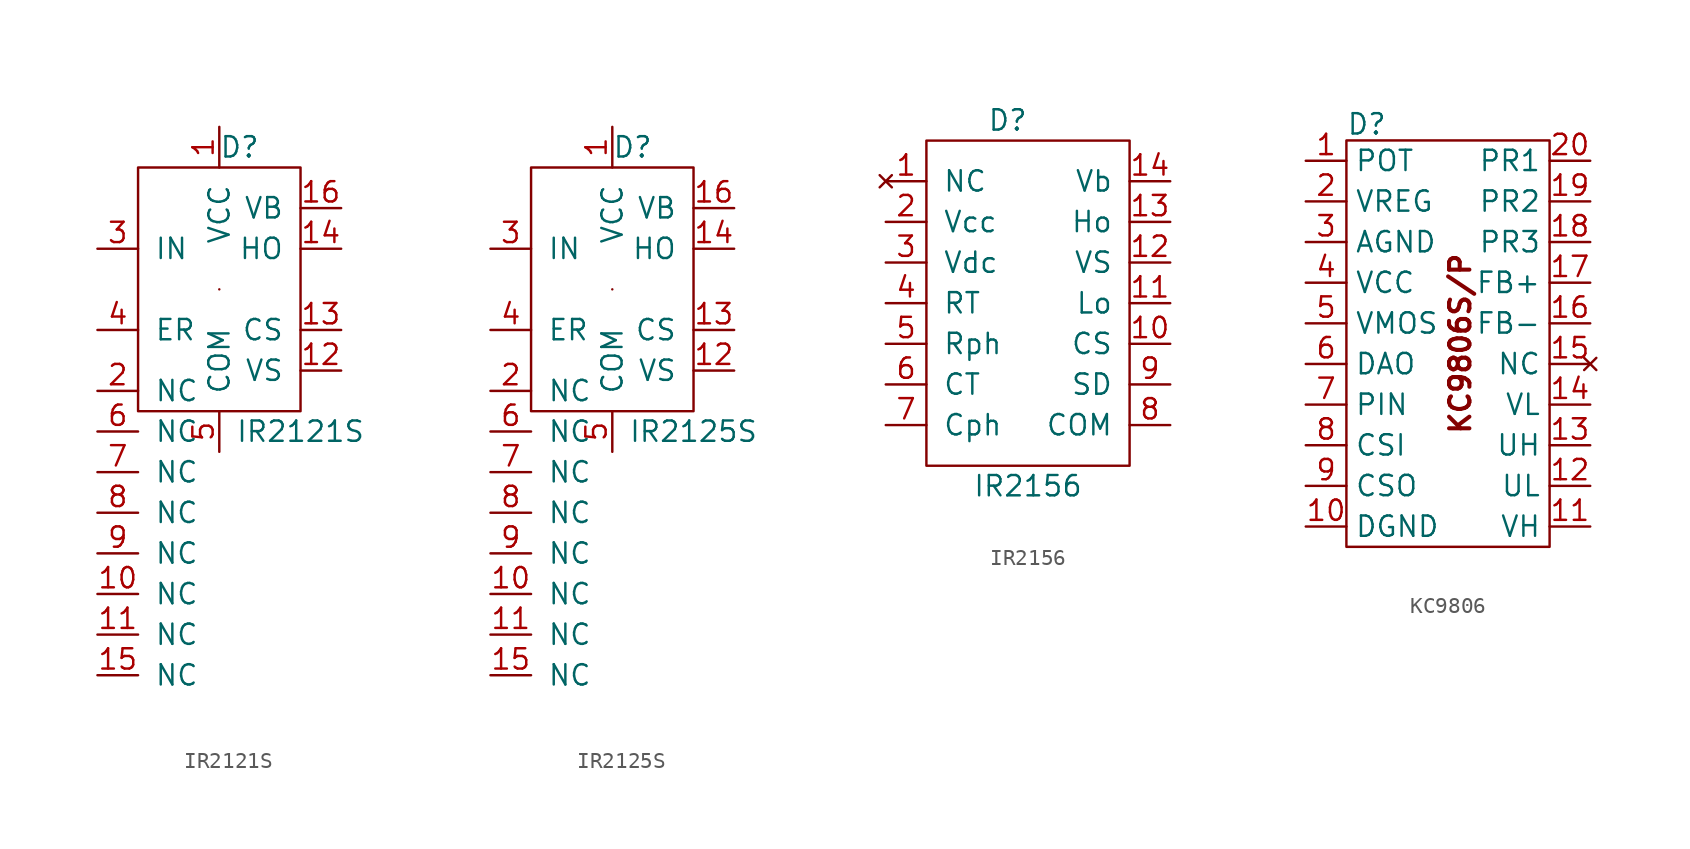
<source format=kicad_sym>
(kicad_symbol_lib
  (version 20231120)
  (generator "kicad_symbol_editor")
  (generator_version "8.0")
  (symbol "IR2121S"
    (pin_names
      (offset 1.016))
    (property "Reference" "D"
      (at 8.89 6.35 0)
      (effects (font (size 1.27 1.27))))
    (property "Value" "IR2121S"
      (at 12.7 -11.43 0)
      (effects (font (size 1.27 1.27))))
    (symbol "IR2121S_0_0"
      (pin passive line (at 0 -21.59 0) (length 2.54) (name "NC" (effects (font (size 1.27 1.27)))) (number "10" (effects (font (size 1.27 1.27)))))
      (pin passive line (at 0 -24.13 0) (length 2.54) (name "NC" (effects (font (size 1.27 1.27)))) (number "11" (effects (font (size 1.27 1.27)))))
      (pin passive line (at 0 -26.67 0) (length 2.54) (name "NC" (effects (font (size 1.27 1.27)))) (number "15" (effects (font (size 1.27 1.27)))))
      (pin passive line (at 0 -8.89 0) (length 2.54) (name "NC" (effects (font (size 1.27 1.27)))) (number "2" (effects (font (size 1.27 1.27)))))
      (pin passive line (at 0 -11.43 0) (length 2.54) (name "NC" (effects (font (size 1.27 1.27)))) (number "6" (effects (font (size 1.27 1.27)))))
      (pin passive line (at 0 -13.97 0) (length 2.54) (name "NC" (effects (font (size 1.27 1.27)))) (number "7" (effects (font (size 1.27 1.27)))))
      (pin passive line (at 0 -16.51 0) (length 2.54) (name "NC" (effects (font (size 1.27 1.27)))) (number "8" (effects (font (size 1.27 1.27)))))
      (pin passive line (at 0 -19.05 0) (length 2.54) (name "NC" (effects (font (size 1.27 1.27)))) (number "9" (effects (font (size 1.27 1.27))))))
    (symbol "IR2121S_0_1"
      (rectangle (start 2.54 5.08) (end 12.7 -10.16) (stroke (width 0) (type default)) (fill (type none)))
      (rectangle (start 7.62 -2.54) (end 7.62 -2.54) (stroke (width 0) (type default)) (fill (type none))))
    (symbol "IR2121S_1_1"
      (pin power_in line (at 7.62 7.62 270) (length 2.54) (name "VCC" (effects (font (size 1.27 1.27)))) (number "1" (effects (font (size 1.27 1.27)))))
      (pin passive line (at 15.24 -7.62 180) (length 2.54) (name "VS" (effects (font (size 1.27 1.27)))) (number "12" (effects (font (size 1.27 1.27)))))
      (pin passive line (at 15.24 -5.08 180) (length 2.54) (name "CS" (effects (font (size 1.27 1.27)))) (number "13" (effects (font (size 1.27 1.27)))))
      (pin output line (at 15.24 0 180) (length 2.54) (name "HO" (effects (font (size 1.27 1.27)))) (number "14" (effects (font (size 1.27 1.27)))))
      (pin output line (at 15.24 2.54 180) (length 2.54) (name "VB" (effects (font (size 1.27 1.27)))) (number "16" (effects (font (size 1.27 1.27)))))
      (pin input line (at 0 0 0) (length 2.54) (name "IN" (effects (font (size 1.27 1.27)))) (number "3" (effects (font (size 1.27 1.27)))))
      (pin passive line (at 0 -5.08 0) (length 2.54) (name "ER" (effects (font (size 1.27 1.27)))) (number "4" (effects (font (size 1.27 1.27)))))
      (pin power_in line (at 7.62 -12.7 90) (length 2.54) (name "COM" (effects (font (size 1.27 1.27)))) (number "5" (effects (font (size 1.27 1.27)))))))
  (symbol "IR2125S"
    (pin_names
      (offset 1.016))
    (property "Reference" "D"
      (at 8.89 6.35 0)
      (effects (font (size 1.27 1.27))))
    (property "Value" "IR2125S"
      (at 12.7 -11.43 0)
      (effects (font (size 1.27 1.27))))
    (symbol "IR2125S_0_0"
      (pin passive line (at 0 -21.59 0) (length 2.54) (name "NC" (effects (font (size 1.27 1.27)))) (number "10" (effects (font (size 1.27 1.27)))))
      (pin passive line (at 0 -24.13 0) (length 2.54) (name "NC" (effects (font (size 1.27 1.27)))) (number "11" (effects (font (size 1.27 1.27)))))
      (pin passive line (at 0 -26.67 0) (length 2.54) (name "NC" (effects (font (size 1.27 1.27)))) (number "15" (effects (font (size 1.27 1.27)))))
      (pin passive line (at 0 -8.89 0) (length 2.54) (name "NC" (effects (font (size 1.27 1.27)))) (number "2" (effects (font (size 1.27 1.27)))))
      (pin passive line (at 0 -11.43 0) (length 2.54) (name "NC" (effects (font (size 1.27 1.27)))) (number "6" (effects (font (size 1.27 1.27)))))
      (pin passive line (at 0 -13.97 0) (length 2.54) (name "NC" (effects (font (size 1.27 1.27)))) (number "7" (effects (font (size 1.27 1.27)))))
      (pin passive line (at 0 -16.51 0) (length 2.54) (name "NC" (effects (font (size 1.27 1.27)))) (number "8" (effects (font (size 1.27 1.27)))))
      (pin passive line (at 0 -19.05 0) (length 2.54) (name "NC" (effects (font (size 1.27 1.27)))) (number "9" (effects (font (size 1.27 1.27))))))
    (symbol "IR2125S_0_1"
      (rectangle (start 2.54 5.08) (end 12.7 -10.16) (stroke (width 0) (type default)) (fill (type none)))
      (rectangle (start 7.62 -2.54) (end 7.62 -2.54) (stroke (width 0) (type default)) (fill (type none))))
    (symbol "IR2125S_1_1"
      (pin power_in line (at 7.62 7.62 270) (length 2.54) (name "VCC" (effects (font (size 1.27 1.27)))) (number "1" (effects (font (size 1.27 1.27)))))
      (pin passive line (at 15.24 -7.62 180) (length 2.54) (name "VS" (effects (font (size 1.27 1.27)))) (number "12" (effects (font (size 1.27 1.27)))))
      (pin passive line (at 15.24 -5.08 180) (length 2.54) (name "CS" (effects (font (size 1.27 1.27)))) (number "13" (effects (font (size 1.27 1.27)))))
      (pin output line (at 15.24 0 180) (length 2.54) (name "HO" (effects (font (size 1.27 1.27)))) (number "14" (effects (font (size 1.27 1.27)))))
      (pin output line (at 15.24 2.54 180) (length 2.54) (name "VB" (effects (font (size 1.27 1.27)))) (number "16" (effects (font (size 1.27 1.27)))))
      (pin input line (at 0 0 0) (length 2.54) (name "IN" (effects (font (size 1.27 1.27)))) (number "3" (effects (font (size 1.27 1.27)))))
      (pin passive line (at 0 -5.08 0) (length 2.54) (name "ER" (effects (font (size 1.27 1.27)))) (number "4" (effects (font (size 1.27 1.27)))))
      (pin power_in line (at 7.62 -12.7 90) (length 2.54) (name "COM" (effects (font (size 1.27 1.27)))) (number "5" (effects (font (size 1.27 1.27)))))))
  (symbol "IR2156"
    (pin_names
      (offset 1.016))
    (property "Reference" "D"
      (at 7.62 3.81 0)
      (effects (font (size 1.27 1.27))))
    (property "Value" "IR2156"
      (at 8.89 -19.05 0)
      (effects (font (size 1.27 1.27))))
    (symbol "IR2156_0_1"
      (rectangle (start 2.54 2.54) (end 15.24 -17.78) (stroke (width 0) (type default)) (fill (type none))))
    (symbol "IR2156_1_1"
      (pin no_connect line (at 0 0 0) (length 2.54) (name "NC" (effects (font (size 1.27 1.27)))) (number "1" (effects (font (size 1.27 1.27)))))
      (pin passive line (at 17.78 -10.16 180) (length 2.54) (name "CS" (effects (font (size 1.27 1.27)))) (number "10" (effects (font (size 1.27 1.27)))))
      (pin passive line (at 17.78 -7.62 180) (length 2.54) (name "Lo" (effects (font (size 1.27 1.27)))) (number "11" (effects (font (size 1.27 1.27)))))
      (pin passive line (at 17.78 -5.08 180) (length 2.54) (name "VS" (effects (font (size 1.27 1.27)))) (number "12" (effects (font (size 1.27 1.27)))))
      (pin passive line (at 17.78 -2.54 180) (length 2.54) (name "Ho" (effects (font (size 1.27 1.27)))) (number "13" (effects (font (size 1.27 1.27)))))
      (pin passive line (at 17.78 0 180) (length 2.54) (name "Vb" (effects (font (size 1.27 1.27)))) (number "14" (effects (font (size 1.27 1.27)))))
      (pin passive line (at 0 -2.54 0) (length 2.54) (name "Vcc" (effects (font (size 1.27 1.27)))) (number "2" (effects (font (size 1.27 1.27)))))
      (pin passive line (at 0 -5.08 0) (length 2.54) (name "Vdc" (effects (font (size 1.27 1.27)))) (number "3" (effects (font (size 1.27 1.27)))))
      (pin passive line (at 0 -7.62 0) (length 2.54) (name "RT" (effects (font (size 1.27 1.27)))) (number "4" (effects (font (size 1.27 1.27)))))
      (pin passive line (at 0 -10.16 0) (length 2.54) (name "Rph" (effects (font (size 1.27 1.27)))) (number "5" (effects (font (size 1.27 1.27)))))
      (pin passive line (at 0 -12.7 0) (length 2.54) (name "CT" (effects (font (size 1.27 1.27)))) (number "6" (effects (font (size 1.27 1.27)))))
      (pin passive line (at 0 -15.24 0) (length 2.54) (name "Cph" (effects (font (size 1.27 1.27)))) (number "7" (effects (font (size 1.27 1.27)))))
      (pin passive line (at 17.78 -15.24 180) (length 2.54) (name "COM" (effects (font (size 1.27 1.27)))) (number "8" (effects (font (size 1.27 1.27)))))
      (pin passive line (at 17.78 -12.7 180) (length 2.54) (name "SD" (effects (font (size 1.27 1.27)))) (number "9" (effects (font (size 1.27 1.27)))))))
  (symbol "KC9806"
    (property "Reference" "D"
      (at 3.81 2.286 0)
      (effects (font (size 1.27 1.27))))
    (property "Value" ""
      (at 0 0 0)
      (effects (font (size 1.27 1.27))))
    (symbol "KC9806_0_1"
      (polyline (pts (xy 2.54 1.27) (xy 15.24 1.27) (xy 15.24 -24.13) (xy 2.54 -24.13) (xy 2.54 1.27)) (stroke (width 0) (type default)) (fill (type none))))
    (symbol "KC9806_1_1"
      (text "KC9806S/P" (at 9.652 -11.43 900) (effects (font (size 1.27 1.27) (bold yes))))
      (pin input line (at 0 0 0) (length 2.54) (name "POT" (effects (font (size 1.27 1.27)))) (number "1" (effects (font (size 1.27 1.27)))))
      (pin passive line (at 0 -22.86 0) (length 2.54) (name "DGND" (effects (font (size 1.27 1.27)))) (number "10" (effects (font (size 1.27 1.27)))))
      (pin output line (at 17.78 -22.86 180) (length 2.54) (name "VH" (effects (font (size 1.27 1.27)))) (number "11" (effects (font (size 1.27 1.27)))))
      (pin output line (at 17.78 -20.32 180) (length 2.54) (name "UL" (effects (font (size 1.27 1.27)))) (number "12" (effects (font (size 1.27 1.27)))))
      (pin output line (at 17.78 -17.78 180) (length 2.54) (name "UH" (effects (font (size 1.27 1.27)))) (number "13" (effects (font (size 1.27 1.27)))))
      (pin output line (at 17.78 -15.24 180) (length 2.54) (name "VL" (effects (font (size 1.27 1.27)))) (number "14" (effects (font (size 1.27 1.27)))))
      (pin no_connect line (at 17.78 -12.7 180) (length 2.54) (name "NC" (effects (font (size 1.27 1.27)))) (number "15" (effects (font (size 1.27 1.27)))))
      (pin input line (at 17.78 -10.16 180) (length 2.54) (name "FB-" (effects (font (size 1.27 1.27)))) (number "16" (effects (font (size 1.27 1.27)))))
      (pin input line (at 17.78 -7.62 180) (length 2.54) (name "FB+" (effects (font (size 1.27 1.27)))) (number "17" (effects (font (size 1.27 1.27)))))
      (pin passive line (at 17.78 -5.08 180) (length 2.54) (name "PR3" (effects (font (size 1.27 1.27)))) (number "18" (effects (font (size 1.27 1.27)))))
      (pin passive line (at 17.78 -2.54 180) (length 2.54) (name "PR2" (effects (font (size 1.27 1.27)))) (number "19" (effects (font (size 1.27 1.27)))))
      (pin power_out line (at 0 -2.54 0) (length 2.54) (name "VREG" (effects (font (size 1.27 1.27)))) (number "2" (effects (font (size 1.27 1.27)))))
      (pin passive line (at 17.78 0 180) (length 2.54) (name "PR1" (effects (font (size 1.27 1.27)))) (number "20" (effects (font (size 1.27 1.27)))))
      (pin passive line (at 0 -5.08 0) (length 2.54) (name "AGND" (effects (font (size 1.27 1.27)))) (number "3" (effects (font (size 1.27 1.27)))))
      (pin power_in line (at 0 -7.62 0) (length 2.54) (name "VCC" (effects (font (size 1.27 1.27)))) (number "4" (effects (font (size 1.27 1.27)))))
      (pin passive line (at 0 -10.16 0) (length 2.54) (name "VMOS" (effects (font (size 1.27 1.27)))) (number "5" (effects (font (size 1.27 1.27)))))
      (pin passive line (at 0 -12.7 0) (length 2.54) (name "DAO" (effects (font (size 1.27 1.27)))) (number "6" (effects (font (size 1.27 1.27)))))
      (pin input line (at 0 -15.24 0) (length 2.54) (name "PIN" (effects (font (size 1.27 1.27)))) (number "7" (effects (font (size 1.27 1.27)))))
      (pin input line (at 0 -17.78 0) (length 2.54) (name "CSI" (effects (font (size 1.27 1.27)))) (number "8" (effects (font (size 1.27 1.27)))))
      (pin input line (at 0 -20.32 0) (length 2.54) (name "CSO" (effects (font (size 1.27 1.27)))) (number "9" (effects (font (size 1.27 1.27))))))))
</source>
